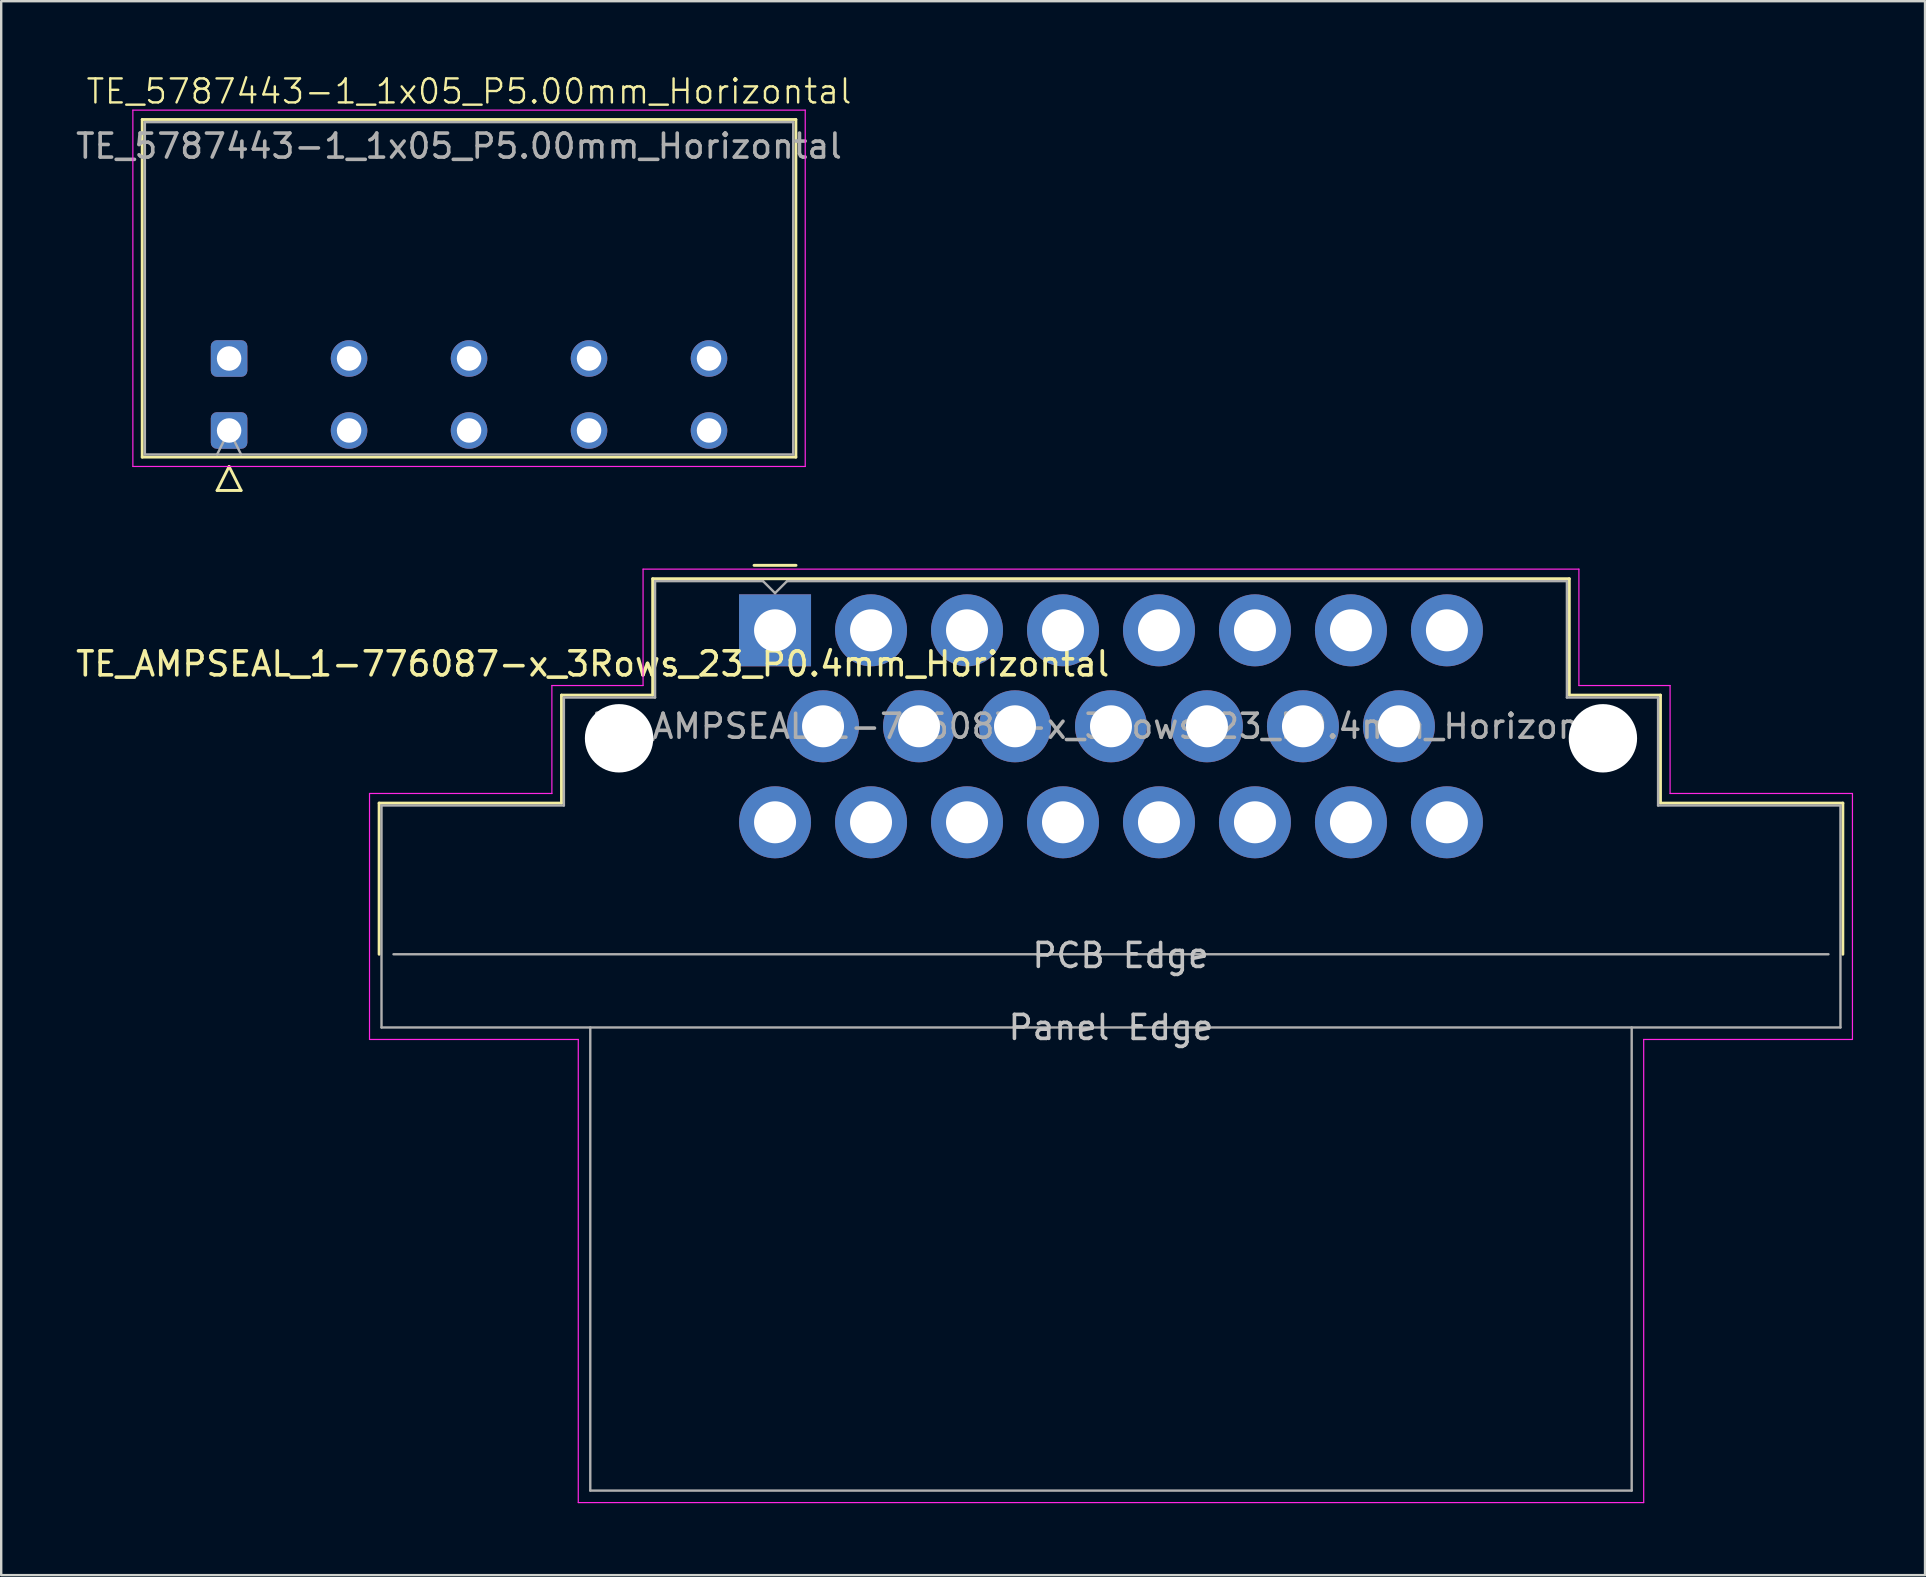
<source format=kicad_pcb>
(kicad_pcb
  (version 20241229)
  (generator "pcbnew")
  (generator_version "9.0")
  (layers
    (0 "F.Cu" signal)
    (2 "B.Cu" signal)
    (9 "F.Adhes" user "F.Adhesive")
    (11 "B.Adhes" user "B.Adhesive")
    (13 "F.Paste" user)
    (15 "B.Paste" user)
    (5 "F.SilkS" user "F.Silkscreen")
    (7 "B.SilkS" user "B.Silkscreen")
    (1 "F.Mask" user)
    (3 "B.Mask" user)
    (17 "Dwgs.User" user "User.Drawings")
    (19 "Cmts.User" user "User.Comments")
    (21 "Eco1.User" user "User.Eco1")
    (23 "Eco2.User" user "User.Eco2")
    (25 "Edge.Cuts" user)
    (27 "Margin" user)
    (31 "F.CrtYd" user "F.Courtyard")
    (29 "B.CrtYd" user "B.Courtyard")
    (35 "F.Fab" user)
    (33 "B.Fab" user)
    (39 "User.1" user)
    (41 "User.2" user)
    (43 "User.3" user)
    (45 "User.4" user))
  (footprint "TE_5787443-1_1x05_P5.00mm_Horizontal"
    (layer "F.Cu")
    (at 6.497 11.89)
    (property "Reference" "TE_5787443-1_1x05_P5.00mm_Horizontal" (at 10 -11.13 0) (unlocked yes) (layer "F.SilkS") (effects (font (size 1 1) (thickness 0.1))))
    (attr through_hole)
    (fp_line (start -3.62 -9.96) (end -3.62 4.11) (stroke (width 0.12) (type default)) (layer "F.SilkS"))
    (fp_line (start -3.62 -9.96) (end 23.62 -9.96) (stroke (width 0.12) (type default)) (layer "F.SilkS"))
    (fp_line (start -3.62 4.11) (end 23.62 4.11) (stroke (width 0.12) (type default)) (layer "F.SilkS"))
    (fp_line (start -0.5 5.5) (end 0 4.5) (stroke (width 0.12) (type solid)) (layer "F.SilkS"))
    (fp_line (start 0 4.5) (end 0.5 5.5) (stroke (width 0.12) (type solid)) (layer "F.SilkS"))
    (fp_line (start 0.5 5.5) (end -0.5 5.5) (stroke (width 0.12) (type solid)) (layer "F.SilkS"))
    (fp_line (start 23.62 -9.96) (end 23.62 4.11) (stroke (width 0.12) (type default)) (layer "F.SilkS"))
    (fp_line (start -4.01 -10.35) (end -4.01 4.5) (stroke (width 0.05) (type default)) (layer "F.CrtYd"))
    (fp_line (start -4.01 -10.35) (end 24.01 -10.35) (stroke (width 0.05) (type default)) (layer "F.CrtYd"))
    (fp_line (start -4.01 4.5) (end 24.01 4.5) (stroke (width 0.05) (type default)) (layer "F.CrtYd"))
    (fp_line (start 24.01 -10.35) (end 24.01 4.5) (stroke (width 0.05) (type default)) (layer "F.CrtYd"))
    (fp_line (start -3.51 -9.85) (end -3.51 4) (stroke (width 0.1) (type default)) (layer "F.Fab"))
    (fp_line (start -3.51 -9.85) (end 23.51 -9.85) (stroke (width 0.1) (type default)) (layer "F.Fab"))
    (fp_line (start -3.51 4) (end 23.51 4) (stroke (width 0.1) (type default)) (layer "F.Fab"))
    (fp_line (start -0.5 4) (end 0 3) (stroke (width 0.1) (type solid)) (layer "F.Fab"))
    (fp_line (start 0 3) (end 0.5 4) (stroke (width 0.1) (type solid)) (layer "F.Fab"))
    (fp_line (start 23.51 -9.85) (end 23.51 4) (stroke (width 0.1) (type default)) (layer "F.Fab"))
    (fp_text user "${REFERENCE}" (at 9.58 -8.85 0) (unlocked yes) (layer "F.Fab") (effects (font (size 1 1) (thickness 0.15))))
    (pad "1" thru_hole roundrect (at 0 0) (size 1.524 1.524) (drill 1.02) (layers "*.Cu" "*.Mask") (roundrect_rratio 0.164))
    (pad "1" thru_hole roundrect (at 0 3) (size 1.524 1.524) (drill 1.02) (layers "*.Cu" "*.Mask") (roundrect_rratio 0.164))
    (pad "2" thru_hole circle (at 5 0) (size 1.524 1.524) (drill 1.02) (layers "*.Cu" "*.Mask"))
    (pad "2" thru_hole circle (at 5 3) (size 1.524 1.524) (drill 1.02) (layers "*.Cu" "*.Mask"))
    (pad "3" thru_hole circle (at 10 0) (size 1.524 1.524) (drill 1.02) (layers "*.Cu" "*.Mask"))
    (pad "3" thru_hole circle (at 10 3) (size 1.524 1.524) (drill 1.02) (layers "*.Cu" "*.Mask"))
    (pad "4" thru_hole circle (at 15 0) (size 1.524 1.524) (drill 1.02) (layers "*.Cu" "*.Mask"))
    (pad "4" thru_hole circle (at 15 3) (size 1.524 1.524) (drill 1.02) (layers "*.Cu" "*.Mask"))
    (pad "5" thru_hole circle (at 20 0) (size 1.524 1.524) (drill 1.02) (layers "*.Cu" "*.Mask"))
    (pad "5" thru_hole circle (at 20 3) (size 1.524 1.524) (drill 1.02) (layers "*.Cu" "*.Mask")))
  (footprint "TE_AMPSEAL_1-776087-x_3Rows_23_P0.4mm_Horizontal"
    (layer "F.Cu")
    (at 29.249 23.218)
    (property "Reference" "TE_AMPSEAL_1-776087-x_3Rows_23_P0.4mm_Horizontal" (at -7.6 1.4 0) (layer "F.SilkS") (effects (font (size 1 1) (thickness 0.15))))
    (attr through_hole)
    (fp_line (start -16.5 7.2) (end -8.9 7.2) (stroke (width 0.12) (type solid)) (layer "F.SilkS"))
    (fp_line (start -16.5 13.5) (end -16.5 7.2) (stroke (width 0.12) (type solid)) (layer "F.SilkS"))
    (fp_line (start -8.9 2.7) (end -5.1 2.7) (stroke (width 0.12) (type solid)) (layer "F.SilkS"))
    (fp_line (start -8.9 7.2) (end -8.9 2.7) (stroke (width 0.12) (type solid)) (layer "F.SilkS"))
    (fp_line (start -5.1 -2.15) (end 33.1 -2.15) (stroke (width 0.12) (type solid)) (layer "F.SilkS"))
    (fp_line (start -5.1 2.7) (end -5.1 -2.15) (stroke (width 0.12) (type solid)) (layer "F.SilkS"))
    (fp_line (start -0.875 -2.708) (end 0.875 -2.708) (stroke (width 0.12) (type solid)) (layer "F.SilkS"))
    (fp_line (start 33.1 -2.15) (end 33.1 2.7) (stroke (width 0.12) (type solid)) (layer "F.SilkS"))
    (fp_line (start 33.1 2.7) (end 36.9 2.7) (stroke (width 0.12) (type solid)) (layer "F.SilkS"))
    (fp_line (start 36.9 2.7) (end 36.9 7.2) (stroke (width 0.12) (type solid)) (layer "F.SilkS"))
    (fp_line (start 36.9 7.2) (end 44.5 7.2) (stroke (width 0.12) (type solid)) (layer "F.SilkS"))
    (fp_line (start 44.5 7.2) (end 44.5 13.5) (stroke (width 0.12) (type solid)) (layer "F.SilkS"))
    (fp_line (start -16.9 6.8) (end -9.3 6.8) (stroke (width 0.05) (type solid)) (layer "F.CrtYd"))
    (fp_line (start -16.9 17.05) (end -16.9 6.8) (stroke (width 0.05) (type solid)) (layer "F.CrtYd"))
    (fp_line (start -16.9 17.05) (end -8.2 17.05) (stroke (width 0.05) (type solid)) (layer "F.CrtYd"))
    (fp_line (start -9.3 2.3) (end -5.5 2.3) (stroke (width 0.05) (type solid)) (layer "F.CrtYd"))
    (fp_line (start -9.3 6.8) (end -9.3 2.3) (stroke (width 0.05) (type solid)) (layer "F.CrtYd"))
    (fp_line (start -8.2 17.05) (end -8.2 36.35) (stroke (width 0.05) (type solid)) (layer "F.CrtYd"))
    (fp_line (start -8.2 36.35) (end 36.2 36.35) (stroke (width 0.05) (type solid)) (layer "F.CrtYd"))
    (fp_line (start -5.5 -2.55) (end 33.5 -2.55) (stroke (width 0.05) (type solid)) (layer "F.CrtYd"))
    (fp_line (start -5.5 2.3) (end -5.5 -2.55) (stroke (width 0.05) (type solid)) (layer "F.CrtYd"))
    (fp_line (start 33.5 -2.55) (end 33.5 2.3) (stroke (width 0.05) (type solid)) (layer "F.CrtYd"))
    (fp_line (start 33.5 2.3) (end 37.3 2.3) (stroke (width 0.05) (type solid)) (layer "F.CrtYd"))
    (fp_line (start 36.2 17.05) (end 44.9 17.05) (stroke (width 0.05) (type solid)) (layer "F.CrtYd"))
    (fp_line (start 36.2 36.35) (end 36.2 17.05) (stroke (width 0.05) (type solid)) (layer "F.CrtYd"))
    (fp_line (start 37.3 2.3) (end 37.3 6.8) (stroke (width 0.05) (type solid)) (layer "F.CrtYd"))
    (fp_line (start 37.3 6.8) (end 44.9 6.8) (stroke (width 0.05) (type solid)) (layer "F.CrtYd"))
    (fp_line (start 44.9 6.8) (end 44.9 17.05) (stroke (width 0.05) (type solid)) (layer "F.CrtYd"))
    (fp_line (start -16.4 16.55) (end -16.4 7.3) (stroke (width 0.1) (type solid)) (layer "F.Fab"))
    (fp_line (start -16.4 16.55) (end 44.4 16.55) (stroke (width 0.1) (type solid)) (layer "F.Fab"))
    (fp_line (start -15.9 13.5) (end 43.9 13.5) (stroke (width 0.1) (type solid)) (layer "F.Fab"))
    (fp_line (start -8.8 2.8) (end -8.8 7.3) (stroke (width 0.1) (type solid)) (layer "F.Fab"))
    (fp_line (start -8.8 2.8) (end -5 2.8) (stroke (width 0.1) (type solid)) (layer "F.Fab"))
    (fp_line (start -8.8 7.3) (end -16.4 7.3) (stroke (width 0.1) (type solid)) (layer "F.Fab"))
    (fp_line (start -7.7 16.55) (end -7.7 35.85) (stroke (width 0.1) (type solid)) (layer "F.Fab"))
    (fp_line (start -7.7 35.85) (end 35.7 35.85) (stroke (width 0.1) (type solid)) (layer "F.Fab"))
    (fp_line (start -5 -2.05) (end -5 2.8) (stroke (width 0.1) (type solid)) (layer "F.Fab"))
    (fp_line (start -0.5 -2.05) (end -5 -2.05) (stroke (width 0.1) (type solid)) (layer "F.Fab"))
    (fp_line (start 0 -1.55) (end -0.5 -2.05) (stroke (width 0.1) (type solid)) (layer "F.Fab"))
    (fp_line (start 0 -1.55) (end 0.5 -2.05) (stroke (width 0.1) (type solid)) (layer "F.Fab"))
    (fp_line (start 0.5 -2.05) (end 33 -2.05) (stroke (width 0.1) (type solid)) (layer "F.Fab"))
    (fp_line (start 33 -2.05) (end 33 2.8) (stroke (width 0.1) (type solid)) (layer "F.Fab"))
    (fp_line (start 33 2.8) (end 36.8 2.8) (stroke (width 0.1) (type solid)) (layer "F.Fab"))
    (fp_line (start 35.7 35.85) (end 35.7 16.55) (stroke (width 0.1) (type solid)) (layer "F.Fab"))
    (fp_line (start 36.8 2.8) (end 36.8 7.3) (stroke (width 0.1) (type solid)) (layer "F.Fab"))
    (fp_line (start 36.8 7.3) (end 44.4 7.3) (stroke (width 0.1) (type solid)) (layer "F.Fab"))
    (fp_line (start 44.4 7.3) (end 44.4 16.55) (stroke (width 0.1) (type solid)) (layer "F.Fab"))
    (fp_text user "PCB Edge" (at 14.4 13.55 0) (layer "Dwgs.User") (effects (font (size 1 1) (thickness 0.15))))
    (fp_text user "Panel Edge" (at 14 16.55 0) (layer "Dwgs.User") (effects (font (size 1 1) (thickness 0.15))))
    (fp_text user "${REFERENCE}" (at 14 4 0) (layer "F.Fab") (effects (font (size 1 1) (thickness 0.15))))
    (pad "" np_thru_hole circle (at -6.5 4.5) (size 2.85 2.85) (drill 2.85) (layers "*.Cu"))
    (pad "" np_thru_hole circle (at 34.5 4.5) (size 2.85 2.85) (drill 2.85) (layers "*.Cu"))
    (pad "1" thru_hole rect (at 0 0) (size 3 3) (drill 1.75) (layers "*.Cu" "*.Mask"))
    (pad "2" thru_hole circle (at 4 0) (size 3 3) (drill 1.75) (layers "*.Cu" "*.Mask"))
    (pad "3" thru_hole circle (at 8 0) (size 3 3) (drill 1.75) (layers "*.Cu" "*.Mask"))
    (pad "4" thru_hole circle (at 12 0) (size 3 3) (drill 1.75) (layers "*.Cu" "*.Mask"))
    (pad "5" thru_hole circle (at 16 0) (size 3 3) (drill 1.75) (layers "*.Cu" "*.Mask"))
    (pad "6" thru_hole circle (at 20 0) (size 3 3) (drill 1.75) (layers "*.Cu" "*.Mask"))
    (pad "7" thru_hole circle (at 24 0) (size 3 3) (drill 1.75) (layers "*.Cu" "*.Mask"))
    (pad "8" thru_hole circle (at 28 0) (size 3 3) (drill 1.75) (layers "*.Cu" "*.Mask"))
    (pad "9" thru_hole circle (at 2 4) (size 3 3) (drill 1.75) (layers "*.Cu" "*.Mask"))
    (pad "10" thru_hole circle (at 6 4) (size 3 3) (drill 1.75) (layers "*.Cu" "*.Mask"))
    (pad "11" thru_hole circle (at 10 4) (size 3 3) (drill 1.75) (layers "*.Cu" "*.Mask"))
    (pad "12" thru_hole circle (at 14 4) (size 3 3) (drill 1.75) (layers "*.Cu" "*.Mask"))
    (pad "13" thru_hole circle (at 18 4) (size 3 3) (drill 1.75) (layers "*.Cu" "*.Mask"))
    (pad "14" thru_hole circle (at 22 4) (size 3 3) (drill 1.75) (layers "*.Cu" "*.Mask"))
    (pad "15" thru_hole circle (at 26 4) (size 3 3) (drill 1.75) (layers "*.Cu" "*.Mask"))
    (pad "16" thru_hole circle (at 0 8) (size 3 3) (drill 1.75) (layers "*.Cu" "*.Mask"))
    (pad "17" thru_hole circle (at 4 8) (size 3 3) (drill 1.75) (layers "*.Cu" "*.Mask"))
    (pad "18" thru_hole circle (at 8 8) (size 3 3) (drill 1.75) (layers "*.Cu" "*.Mask"))
    (pad "19" thru_hole circle (at 12 8) (size 3 3) (drill 1.75) (layers "*.Cu" "*.Mask"))
    (pad "20" thru_hole circle (at 16 8) (size 3 3) (drill 1.75) (layers "*.Cu" "*.Mask"))
    (pad "21" thru_hole circle (at 20 8) (size 3 3) (drill 1.75) (layers "*.Cu" "*.Mask"))
    (pad "22" thru_hole circle (at 24 8) (size 3 3) (drill 1.75) (layers "*.Cu" "*.Mask"))
    (pad "23" thru_hole circle (at 28 8) (size 3 3) (drill 1.75) (layers "*.Cu" "*.Mask")))
  (gr_rect
    (start -3 -3)
    (end 77.174 62.593)
    (stroke (width 0.1) (type default))
    (fill no)
    (layer "Edge.Cuts")))
</source>
